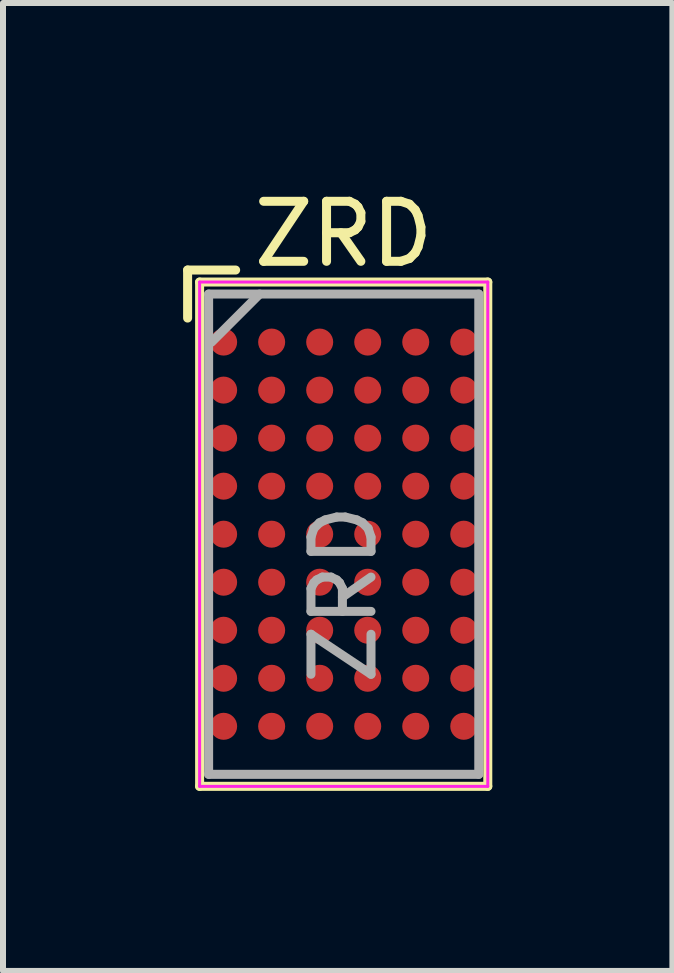
<source format=kicad_pcb>
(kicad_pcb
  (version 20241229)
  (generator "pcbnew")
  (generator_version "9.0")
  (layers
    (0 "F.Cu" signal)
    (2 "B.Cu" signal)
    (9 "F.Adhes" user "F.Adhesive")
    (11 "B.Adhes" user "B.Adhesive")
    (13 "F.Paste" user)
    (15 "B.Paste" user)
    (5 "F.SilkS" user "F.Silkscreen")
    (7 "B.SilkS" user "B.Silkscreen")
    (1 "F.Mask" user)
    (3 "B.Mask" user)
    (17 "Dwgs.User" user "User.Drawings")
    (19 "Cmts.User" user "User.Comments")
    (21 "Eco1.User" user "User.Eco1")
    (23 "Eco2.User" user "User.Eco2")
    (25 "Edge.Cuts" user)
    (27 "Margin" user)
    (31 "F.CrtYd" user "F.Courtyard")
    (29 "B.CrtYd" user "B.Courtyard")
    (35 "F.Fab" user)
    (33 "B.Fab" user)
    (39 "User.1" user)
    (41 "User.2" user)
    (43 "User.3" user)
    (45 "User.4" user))
  (footprint "ZRD"
    (layer "F.Cu")
    (at 2.675 5.848)
    (property "Reference" "ZRD" (at 0 -5 0) (layer "F.SilkS") (effects (font (size 1 1) (thickness 0.15))))
    (attr smd)
    (fp_line (start -2.6 -4.4) (end -2.6 -3.6) (stroke (width 0.15) (type solid)) (layer "F.SilkS"))
    (fp_line (start -2.4 -4.2) (end 2.4 -4.2) (stroke (width 0.15) (type solid)) (layer "F.SilkS"))
    (fp_line (start -2.4 4.2) (end -2.4 -4.2) (stroke (width 0.15) (type solid)) (layer "F.SilkS"))
    (fp_line (start -1.8 -4.4) (end -2.6 -4.4) (stroke (width 0.15) (type solid)) (layer "F.SilkS"))
    (fp_line (start 2.4 -4.2) (end 2.4 4.2) (stroke (width 0.15) (type solid)) (layer "F.SilkS"))
    (fp_line (start 2.4 4.2) (end -2.4 4.2) (stroke (width 0.15) (type solid)) (layer "F.SilkS"))
    (fp_line (start -2.4 -4.2) (end 2.4 -4.2) (stroke (width 0.05) (type solid)) (layer "F.CrtYd"))
    (fp_line (start -2.4 4.2) (end -2.4 -4.2) (stroke (width 0.05) (type solid)) (layer "F.CrtYd"))
    (fp_line (start 2.4 -4.2) (end 2.4 4.2) (stroke (width 0.05) (type solid)) (layer "F.CrtYd"))
    (fp_line (start 2.4 4.2) (end -2.4 4.2) (stroke (width 0.05) (type solid)) (layer "F.CrtYd"))
    (fp_line (start -2.25 -4) (end 2.25 -4) (stroke (width 0.15) (type solid)) (layer "F.Fab"))
    (fp_line (start -2.25 4) (end -2.25 -4) (stroke (width 0.15) (type solid)) (layer "F.Fab"))
    (fp_line (start -2.2 -3.2) (end -1.4 -4) (stroke (width 0.15) (type solid)) (layer "F.Fab"))
    (fp_line (start 2.25 -4) (end 2.25 4) (stroke (width 0.15) (type solid)) (layer "F.Fab"))
    (fp_line (start 2.25 4) (end -2.25 4) (stroke (width 0.15) (type solid)) (layer "F.Fab"))
    (fp_text user "${REFERENCE}" (at 0 1 90) (layer "F.Fab") (effects (font (size 1 1) (thickness 0.15))))
    (pad "A1" smd circle (at -2 -3.2) (size 0.45 0.45) (layers "F.Cu" "F.Mask" "F.Paste"))
    (pad "A2" smd circle (at -1.2 -3.2) (size 0.45 0.45) (layers "F.Cu" "F.Mask" "F.Paste"))
    (pad "A3" smd circle (at -0.4 -3.2) (size 0.45 0.45) (layers "F.Cu" "F.Mask" "F.Paste"))
    (pad "A4" smd circle (at 0.4 -3.2) (size 0.45 0.45) (layers "F.Cu" "F.Mask" "F.Paste"))
    (pad "A5" smd circle (at 1.2 -3.2) (size 0.45 0.45) (layers "F.Cu" "F.Mask" "F.Paste"))
    (pad "A6" smd circle (at 2 -3.2) (size 0.45 0.45) (layers "F.Cu" "F.Mask" "F.Paste"))
    (pad "B1" smd circle (at -2 -2.4) (size 0.45 0.45) (layers "F.Cu" "F.Mask" "F.Paste"))
    (pad "B2" smd circle (at -1.2 -2.4) (size 0.45 0.45) (layers "F.Cu" "F.Mask" "F.Paste"))
    (pad "B3" smd circle (at -0.4 -2.4) (size 0.45 0.45) (layers "F.Cu" "F.Mask" "F.Paste"))
    (pad "B4" smd circle (at 0.4 -2.4) (size 0.45 0.45) (layers "F.Cu" "F.Mask" "F.Paste"))
    (pad "B5" smd circle (at 1.2 -2.4) (size 0.45 0.45) (layers "F.Cu" "F.Mask" "F.Paste"))
    (pad "B6" smd circle (at 2 -2.4) (size 0.45 0.45) (layers "F.Cu" "F.Mask" "F.Paste"))
    (pad "C1" smd circle (at -2 -1.6) (size 0.45 0.45) (layers "F.Cu" "F.Mask" "F.Paste"))
    (pad "C2" smd circle (at -1.2 -1.6) (size 0.45 0.45) (layers "F.Cu" "F.Mask" "F.Paste"))
    (pad "C3" smd circle (at -0.4 -1.6) (size 0.45 0.45) (layers "F.Cu" "F.Mask" "F.Paste"))
    (pad "C4" smd circle (at 0.4 -1.6) (size 0.45 0.45) (layers "F.Cu" "F.Mask" "F.Paste"))
    (pad "C5" smd circle (at 1.2 -1.6) (size 0.45 0.45) (layers "F.Cu" "F.Mask" "F.Paste"))
    (pad "C6" smd circle (at 2 -1.6) (size 0.45 0.45) (layers "F.Cu" "F.Mask" "F.Paste"))
    (pad "D1" smd circle (at -2 -0.8) (size 0.45 0.45) (layers "F.Cu" "F.Mask" "F.Paste"))
    (pad "D2" smd circle (at -1.2 -0.8) (size 0.45 0.45) (layers "F.Cu" "F.Mask" "F.Paste"))
    (pad "D3" smd circle (at -0.4 -0.8) (size 0.45 0.45) (layers "F.Cu" "F.Mask" "F.Paste"))
    (pad "D4" smd circle (at 0.4 -0.8) (size 0.45 0.45) (layers "F.Cu" "F.Mask" "F.Paste"))
    (pad "D5" smd circle (at 1.2 -0.8) (size 0.45 0.45) (layers "F.Cu" "F.Mask" "F.Paste"))
    (pad "D6" smd circle (at 2 -0.8) (size 0.45 0.45) (layers "F.Cu" "F.Mask" "F.Paste"))
    (pad "E1" smd circle (at -2 0) (size 0.45 0.45) (layers "F.Cu" "F.Mask" "F.Paste"))
    (pad "E2" smd circle (at -1.2 0) (size 0.45 0.45) (layers "F.Cu" "F.Mask" "F.Paste"))
    (pad "E3" smd circle (at -0.4 0) (size 0.45 0.45) (layers "F.Cu" "F.Mask" "F.Paste"))
    (pad "E4" smd circle (at 0.4 0) (size 0.45 0.45) (layers "F.Cu" "F.Mask" "F.Paste"))
    (pad "E5" smd circle (at 1.2 0) (size 0.45 0.45) (layers "F.Cu" "F.Mask" "F.Paste"))
    (pad "E6" smd circle (at 2 0) (size 0.45 0.45) (layers "F.Cu" "F.Mask" "F.Paste"))
    (pad "F1" smd circle (at -2 0.8) (size 0.45 0.45) (layers "F.Cu" "F.Mask" "F.Paste"))
    (pad "F2" smd circle (at -1.2 0.8) (size 0.45 0.45) (layers "F.Cu" "F.Mask" "F.Paste"))
    (pad "F3" smd circle (at -0.4 0.8) (size 0.45 0.45) (layers "F.Cu" "F.Mask" "F.Paste"))
    (pad "F4" smd circle (at 0.4 0.8) (size 0.45 0.45) (layers "F.Cu" "F.Mask" "F.Paste"))
    (pad "F5" smd circle (at 1.2 0.8) (size 0.45 0.45) (layers "F.Cu" "F.Mask" "F.Paste"))
    (pad "F6" smd circle (at 2 0.8) (size 0.45 0.45) (layers "F.Cu" "F.Mask" "F.Paste"))
    (pad "G1" smd circle (at -2 1.6) (size 0.45 0.45) (layers "F.Cu" "F.Mask" "F.Paste"))
    (pad "G2" smd circle (at -1.2 1.6) (size 0.45 0.45) (layers "F.Cu" "F.Mask" "F.Paste"))
    (pad "G3" smd circle (at -0.4 1.6) (size 0.45 0.45) (layers "F.Cu" "F.Mask" "F.Paste"))
    (pad "G4" smd circle (at 0.4 1.6) (size 0.45 0.45) (layers "F.Cu" "F.Mask" "F.Paste"))
    (pad "G5" smd circle (at 1.2 1.6) (size 0.45 0.45) (layers "F.Cu" "F.Mask" "F.Paste"))
    (pad "G6" smd circle (at 2 1.6) (size 0.45 0.45) (layers "F.Cu" "F.Mask" "F.Paste"))
    (pad "H1" smd circle (at -2 2.4) (size 0.45 0.45) (layers "F.Cu" "F.Mask" "F.Paste"))
    (pad "H2" smd circle (at -1.2 2.4) (size 0.45 0.45) (layers "F.Cu" "F.Mask" "F.Paste"))
    (pad "H3" smd circle (at -0.4 2.4) (size 0.45 0.45) (layers "F.Cu" "F.Mask" "F.Paste"))
    (pad "H4" smd circle (at 0.4 2.4) (size 0.45 0.45) (layers "F.Cu" "F.Mask" "F.Paste"))
    (pad "H5" smd circle (at 1.2 2.4) (size 0.45 0.45) (layers "F.Cu" "F.Mask" "F.Paste"))
    (pad "H6" smd circle (at 2 2.4) (size 0.45 0.45) (layers "F.Cu" "F.Mask" "F.Paste"))
    (pad "J1" smd circle (at -2 3.2) (size 0.45 0.45) (layers "F.Cu" "F.Mask" "F.Paste"))
    (pad "J2" smd circle (at -1.2 3.2) (size 0.45 0.45) (layers "F.Cu" "F.Mask" "F.Paste"))
    (pad "J3" smd circle (at -0.4 3.2) (size 0.45 0.45) (layers "F.Cu" "F.Mask" "F.Paste"))
    (pad "J4" smd circle (at 0.4 3.2) (size 0.45 0.45) (layers "F.Cu" "F.Mask" "F.Paste"))
    (pad "J5" smd circle (at 1.2 3.2) (size 0.45 0.45) (layers "F.Cu" "F.Mask" "F.Paste"))
    (pad "J6" smd circle (at 2 3.2) (size 0.45 0.45) (layers "F.Cu" "F.Mask" "F.Paste")))
  (gr_rect
    (start -3 -3)
    (end 8.15 13.123)
    (stroke (width 0.1) (type default))
    (fill no)
    (layer "Edge.Cuts")))
</source>
